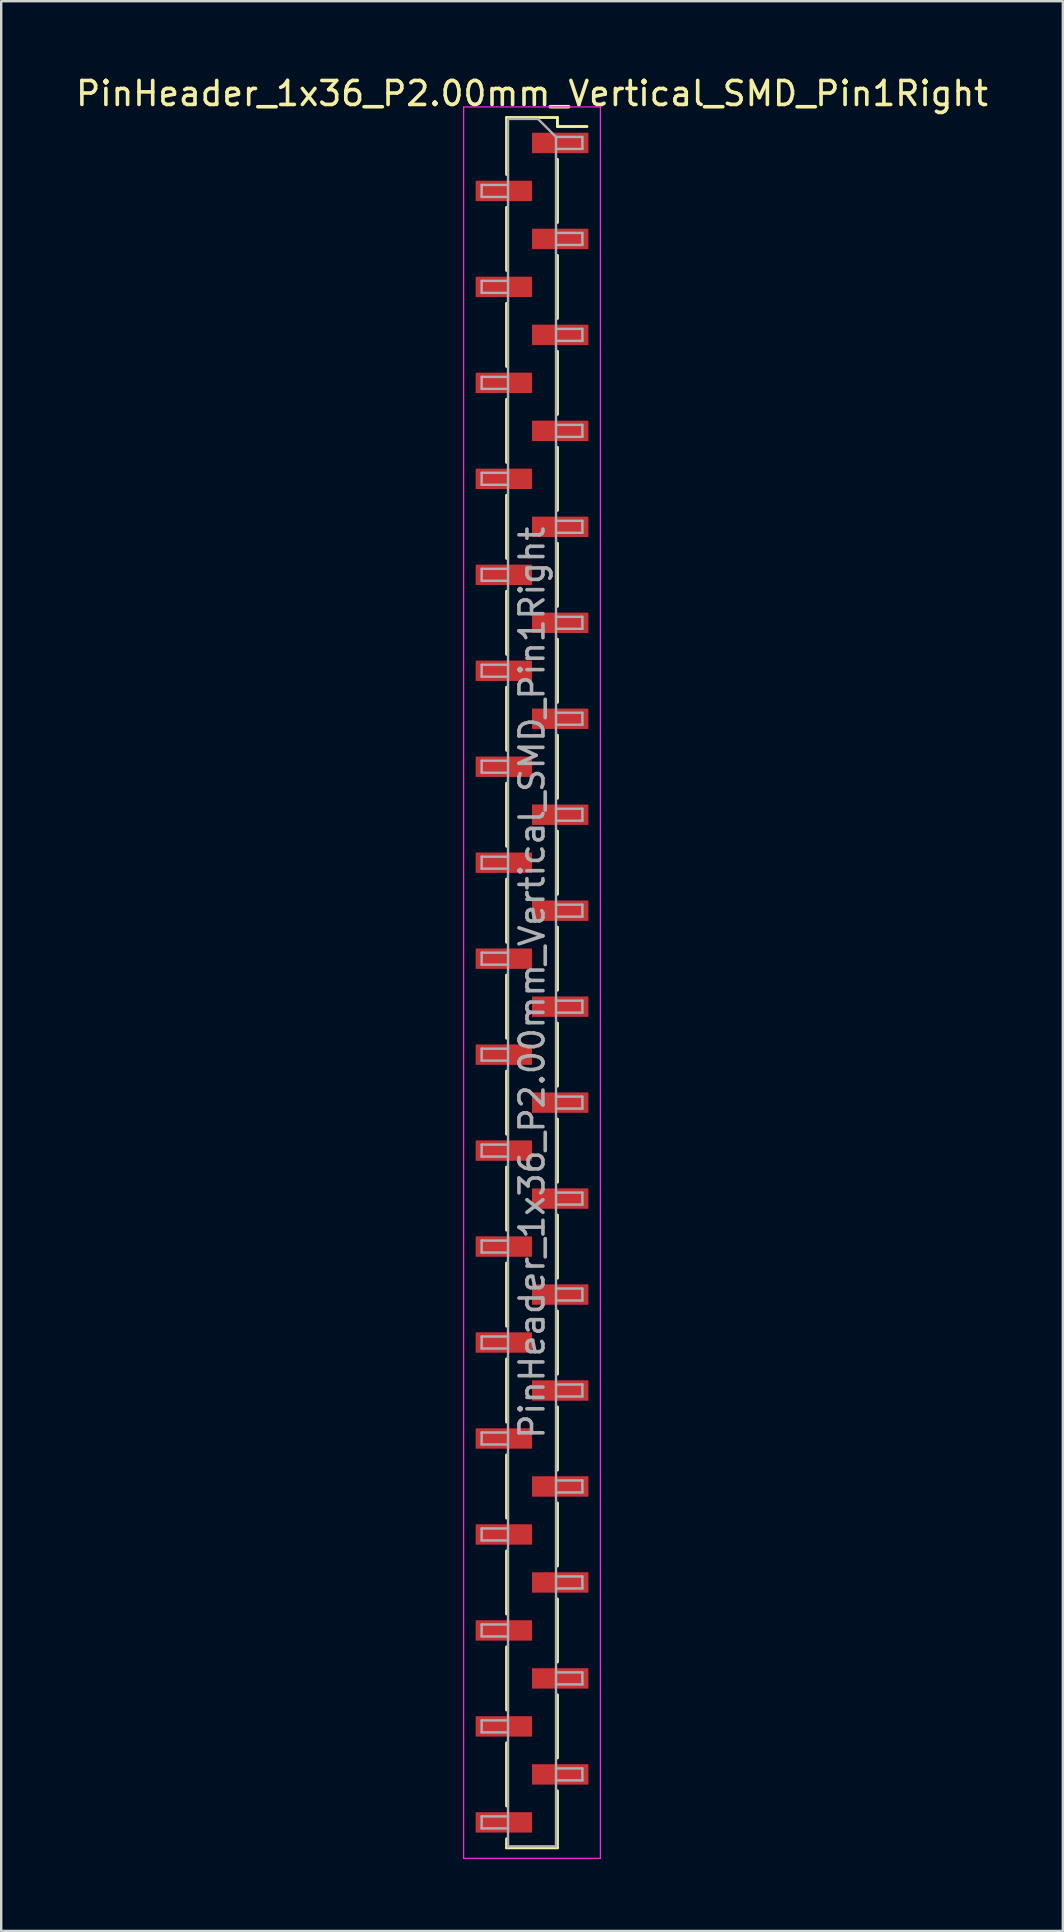
<source format=kicad_pcb>
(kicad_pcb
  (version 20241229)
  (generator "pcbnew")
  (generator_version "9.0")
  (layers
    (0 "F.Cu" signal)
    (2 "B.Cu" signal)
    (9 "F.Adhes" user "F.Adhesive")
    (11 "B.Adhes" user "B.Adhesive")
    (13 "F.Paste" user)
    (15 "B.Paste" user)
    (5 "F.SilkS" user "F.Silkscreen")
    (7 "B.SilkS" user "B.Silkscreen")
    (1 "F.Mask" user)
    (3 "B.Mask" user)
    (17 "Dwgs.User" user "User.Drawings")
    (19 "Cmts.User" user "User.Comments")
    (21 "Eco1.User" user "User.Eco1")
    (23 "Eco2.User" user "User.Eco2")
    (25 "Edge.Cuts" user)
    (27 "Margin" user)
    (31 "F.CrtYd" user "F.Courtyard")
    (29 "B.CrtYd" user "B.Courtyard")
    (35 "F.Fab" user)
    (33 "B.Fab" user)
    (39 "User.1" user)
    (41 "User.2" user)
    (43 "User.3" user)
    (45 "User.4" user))
  (footprint "PinHeader_1x36_P2.00mm_Vertical_SMD_Pin1Right"
    (layer "F.Cu")
    (at 19.125 37.908)
    (property "Reference" "PinHeader_1x36_P2.00mm_Vertical_SMD_Pin1Right" (at 0 -37.06 0) (layer "F.SilkS") (effects (font (size 1 1) (thickness 0.15))))
    (attr smd)
    (fp_line (start -1.06 -36.06) (end -1.06 -33.685) (stroke (width 0.12) (type solid)) (layer "F.SilkS"))
    (fp_line (start -1.06 -36.06) (end 1.06 -36.06) (stroke (width 0.12) (type solid)) (layer "F.SilkS"))
    (fp_line (start -1.06 -32.315) (end -1.06 -29.685) (stroke (width 0.12) (type solid)) (layer "F.SilkS"))
    (fp_line (start -1.06 -28.315) (end -1.06 -25.685) (stroke (width 0.12) (type solid)) (layer "F.SilkS"))
    (fp_line (start -1.06 -24.315) (end -1.06 -21.685) (stroke (width 0.12) (type solid)) (layer "F.SilkS"))
    (fp_line (start -1.06 -20.315) (end -1.06 -17.685) (stroke (width 0.12) (type solid)) (layer "F.SilkS"))
    (fp_line (start -1.06 -16.315) (end -1.06 -13.685) (stroke (width 0.12) (type solid)) (layer "F.SilkS"))
    (fp_line (start -1.06 -12.315) (end -1.06 -9.685) (stroke (width 0.12) (type solid)) (layer "F.SilkS"))
    (fp_line (start -1.06 -8.315) (end -1.06 -5.685) (stroke (width 0.12) (type solid)) (layer "F.SilkS"))
    (fp_line (start -1.06 -4.315) (end -1.06 -1.685) (stroke (width 0.12) (type solid)) (layer "F.SilkS"))
    (fp_line (start -1.06 -0.315) (end -1.06 2.315) (stroke (width 0.12) (type solid)) (layer "F.SilkS"))
    (fp_line (start -1.06 3.685) (end -1.06 6.315) (stroke (width 0.12) (type solid)) (layer "F.SilkS"))
    (fp_line (start -1.06 7.685) (end -1.06 10.315) (stroke (width 0.12) (type solid)) (layer "F.SilkS"))
    (fp_line (start -1.06 11.685) (end -1.06 14.315) (stroke (width 0.12) (type solid)) (layer "F.SilkS"))
    (fp_line (start -1.06 15.685) (end -1.06 18.315) (stroke (width 0.12) (type solid)) (layer "F.SilkS"))
    (fp_line (start -1.06 19.685) (end -1.06 22.315) (stroke (width 0.12) (type solid)) (layer "F.SilkS"))
    (fp_line (start -1.06 23.685) (end -1.06 26.315) (stroke (width 0.12) (type solid)) (layer "F.SilkS"))
    (fp_line (start -1.06 27.685) (end -1.06 30.315) (stroke (width 0.12) (type solid)) (layer "F.SilkS"))
    (fp_line (start -1.06 31.685) (end -1.06 34.315) (stroke (width 0.12) (type solid)) (layer "F.SilkS"))
    (fp_line (start -1.06 35.685) (end -1.06 36.06) (stroke (width 0.12) (type solid)) (layer "F.SilkS"))
    (fp_line (start -1.06 36.06) (end 1.06 36.06) (stroke (width 0.12) (type solid)) (layer "F.SilkS"))
    (fp_line (start 1.06 -36.06) (end 1.06 -35.685) (stroke (width 0.12) (type solid)) (layer "F.SilkS"))
    (fp_line (start 1.06 -35.685) (end 2.29 -35.685) (stroke (width 0.12) (type solid)) (layer "F.SilkS"))
    (fp_line (start 1.06 -34.315) (end 1.06 -31.685) (stroke (width 0.12) (type solid)) (layer "F.SilkS"))
    (fp_line (start 1.06 -30.315) (end 1.06 -27.685) (stroke (width 0.12) (type solid)) (layer "F.SilkS"))
    (fp_line (start 1.06 -26.315) (end 1.06 -23.685) (stroke (width 0.12) (type solid)) (layer "F.SilkS"))
    (fp_line (start 1.06 -22.315) (end 1.06 -19.685) (stroke (width 0.12) (type solid)) (layer "F.SilkS"))
    (fp_line (start 1.06 -18.315) (end 1.06 -15.685) (stroke (width 0.12) (type solid)) (layer "F.SilkS"))
    (fp_line (start 1.06 -14.315) (end 1.06 -11.685) (stroke (width 0.12) (type solid)) (layer "F.SilkS"))
    (fp_line (start 1.06 -10.315) (end 1.06 -7.685) (stroke (width 0.12) (type solid)) (layer "F.SilkS"))
    (fp_line (start 1.06 -6.315) (end 1.06 -3.685) (stroke (width 0.12) (type solid)) (layer "F.SilkS"))
    (fp_line (start 1.06 -2.315) (end 1.06 0.315) (stroke (width 0.12) (type solid)) (layer "F.SilkS"))
    (fp_line (start 1.06 1.685) (end 1.06 4.315) (stroke (width 0.12) (type solid)) (layer "F.SilkS"))
    (fp_line (start 1.06 5.685) (end 1.06 8.315) (stroke (width 0.12) (type solid)) (layer "F.SilkS"))
    (fp_line (start 1.06 9.685) (end 1.06 12.315) (stroke (width 0.12) (type solid)) (layer "F.SilkS"))
    (fp_line (start 1.06 13.685) (end 1.06 16.315) (stroke (width 0.12) (type solid)) (layer "F.SilkS"))
    (fp_line (start 1.06 17.685) (end 1.06 20.315) (stroke (width 0.12) (type solid)) (layer "F.SilkS"))
    (fp_line (start 1.06 21.685) (end 1.06 24.315) (stroke (width 0.12) (type solid)) (layer "F.SilkS"))
    (fp_line (start 1.06 25.685) (end 1.06 28.315) (stroke (width 0.12) (type solid)) (layer "F.SilkS"))
    (fp_line (start 1.06 29.685) (end 1.06 32.315) (stroke (width 0.12) (type solid)) (layer "F.SilkS"))
    (fp_line (start 1.06 33.685) (end 1.06 36.06) (stroke (width 0.12) (type solid)) (layer "F.SilkS"))
    (fp_line (start -2.85 -36.5) (end -2.85 36.5) (stroke (width 0.05) (type solid)) (layer "F.CrtYd"))
    (fp_line (start -2.85 36.5) (end 2.85 36.5) (stroke (width 0.05) (type solid)) (layer "F.CrtYd"))
    (fp_line (start 2.85 -36.5) (end -2.85 -36.5) (stroke (width 0.05) (type solid)) (layer "F.CrtYd"))
    (fp_line (start 2.85 36.5) (end 2.85 -36.5) (stroke (width 0.05) (type solid)) (layer "F.CrtYd"))
    (fp_line (start -2.1 -33.25) (end -2.1 -32.75) (stroke (width 0.1) (type solid)) (layer "F.Fab"))
    (fp_line (start -2.1 -32.75) (end -1 -32.75) (stroke (width 0.1) (type solid)) (layer "F.Fab"))
    (fp_line (start -2.1 -29.25) (end -2.1 -28.75) (stroke (width 0.1) (type solid)) (layer "F.Fab"))
    (fp_line (start -2.1 -28.75) (end -1 -28.75) (stroke (width 0.1) (type solid)) (layer "F.Fab"))
    (fp_line (start -2.1 -25.25) (end -2.1 -24.75) (stroke (width 0.1) (type solid)) (layer "F.Fab"))
    (fp_line (start -2.1 -24.75) (end -1 -24.75) (stroke (width 0.1) (type solid)) (layer "F.Fab"))
    (fp_line (start -2.1 -21.25) (end -2.1 -20.75) (stroke (width 0.1) (type solid)) (layer "F.Fab"))
    (fp_line (start -2.1 -20.75) (end -1 -20.75) (stroke (width 0.1) (type solid)) (layer "F.Fab"))
    (fp_line (start -2.1 -17.25) (end -2.1 -16.75) (stroke (width 0.1) (type solid)) (layer "F.Fab"))
    (fp_line (start -2.1 -16.75) (end -1 -16.75) (stroke (width 0.1) (type solid)) (layer "F.Fab"))
    (fp_line (start -2.1 -13.25) (end -2.1 -12.75) (stroke (width 0.1) (type solid)) (layer "F.Fab"))
    (fp_line (start -2.1 -12.75) (end -1 -12.75) (stroke (width 0.1) (type solid)) (layer "F.Fab"))
    (fp_line (start -2.1 -9.25) (end -2.1 -8.75) (stroke (width 0.1) (type solid)) (layer "F.Fab"))
    (fp_line (start -2.1 -8.75) (end -1 -8.75) (stroke (width 0.1) (type solid)) (layer "F.Fab"))
    (fp_line (start -2.1 -5.25) (end -2.1 -4.75) (stroke (width 0.1) (type solid)) (layer "F.Fab"))
    (fp_line (start -2.1 -4.75) (end -1 -4.75) (stroke (width 0.1) (type solid)) (layer "F.Fab"))
    (fp_line (start -2.1 -1.25) (end -2.1 -0.75) (stroke (width 0.1) (type solid)) (layer "F.Fab"))
    (fp_line (start -2.1 -0.75) (end -1 -0.75) (stroke (width 0.1) (type solid)) (layer "F.Fab"))
    (fp_line (start -2.1 2.75) (end -2.1 3.25) (stroke (width 0.1) (type solid)) (layer "F.Fab"))
    (fp_line (start -2.1 3.25) (end -1 3.25) (stroke (width 0.1) (type solid)) (layer "F.Fab"))
    (fp_line (start -2.1 6.75) (end -2.1 7.25) (stroke (width 0.1) (type solid)) (layer "F.Fab"))
    (fp_line (start -2.1 7.25) (end -1 7.25) (stroke (width 0.1) (type solid)) (layer "F.Fab"))
    (fp_line (start -2.1 10.75) (end -2.1 11.25) (stroke (width 0.1) (type solid)) (layer "F.Fab"))
    (fp_line (start -2.1 11.25) (end -1 11.25) (stroke (width 0.1) (type solid)) (layer "F.Fab"))
    (fp_line (start -2.1 14.75) (end -2.1 15.25) (stroke (width 0.1) (type solid)) (layer "F.Fab"))
    (fp_line (start -2.1 15.25) (end -1 15.25) (stroke (width 0.1) (type solid)) (layer "F.Fab"))
    (fp_line (start -2.1 18.75) (end -2.1 19.25) (stroke (width 0.1) (type solid)) (layer "F.Fab"))
    (fp_line (start -2.1 19.25) (end -1 19.25) (stroke (width 0.1) (type solid)) (layer "F.Fab"))
    (fp_line (start -2.1 22.75) (end -2.1 23.25) (stroke (width 0.1) (type solid)) (layer "F.Fab"))
    (fp_line (start -2.1 23.25) (end -1 23.25) (stroke (width 0.1) (type solid)) (layer "F.Fab"))
    (fp_line (start -2.1 26.75) (end -2.1 27.25) (stroke (width 0.1) (type solid)) (layer "F.Fab"))
    (fp_line (start -2.1 27.25) (end -1 27.25) (stroke (width 0.1) (type solid)) (layer "F.Fab"))
    (fp_line (start -2.1 30.75) (end -2.1 31.25) (stroke (width 0.1) (type solid)) (layer "F.Fab"))
    (fp_line (start -2.1 31.25) (end -1 31.25) (stroke (width 0.1) (type solid)) (layer "F.Fab"))
    (fp_line (start -2.1 34.75) (end -2.1 35.25) (stroke (width 0.1) (type solid)) (layer "F.Fab"))
    (fp_line (start -2.1 35.25) (end -1 35.25) (stroke (width 0.1) (type solid)) (layer "F.Fab"))
    (fp_line (start -1 -36) (end -1 36) (stroke (width 0.1) (type solid)) (layer "F.Fab"))
    (fp_line (start -1 -36) (end 0.25 -36) (stroke (width 0.1) (type solid)) (layer "F.Fab"))
    (fp_line (start -1 -33.25) (end -2.1 -33.25) (stroke (width 0.1) (type solid)) (layer "F.Fab"))
    (fp_line (start -1 -29.25) (end -2.1 -29.25) (stroke (width 0.1) (type solid)) (layer "F.Fab"))
    (fp_line (start -1 -25.25) (end -2.1 -25.25) (stroke (width 0.1) (type solid)) (layer "F.Fab"))
    (fp_line (start -1 -21.25) (end -2.1 -21.25) (stroke (width 0.1) (type solid)) (layer "F.Fab"))
    (fp_line (start -1 -17.25) (end -2.1 -17.25) (stroke (width 0.1) (type solid)) (layer "F.Fab"))
    (fp_line (start -1 -13.25) (end -2.1 -13.25) (stroke (width 0.1) (type solid)) (layer "F.Fab"))
    (fp_line (start -1 -9.25) (end -2.1 -9.25) (stroke (width 0.1) (type solid)) (layer "F.Fab"))
    (fp_line (start -1 -5.25) (end -2.1 -5.25) (stroke (width 0.1) (type solid)) (layer "F.Fab"))
    (fp_line (start -1 -1.25) (end -2.1 -1.25) (stroke (width 0.1) (type solid)) (layer "F.Fab"))
    (fp_line (start -1 2.75) (end -2.1 2.75) (stroke (width 0.1) (type solid)) (layer "F.Fab"))
    (fp_line (start -1 6.75) (end -2.1 6.75) (stroke (width 0.1) (type solid)) (layer "F.Fab"))
    (fp_line (start -1 10.75) (end -2.1 10.75) (stroke (width 0.1) (type solid)) (layer "F.Fab"))
    (fp_line (start -1 14.75) (end -2.1 14.75) (stroke (width 0.1) (type solid)) (layer "F.Fab"))
    (fp_line (start -1 18.75) (end -2.1 18.75) (stroke (width 0.1) (type solid)) (layer "F.Fab"))
    (fp_line (start -1 22.75) (end -2.1 22.75) (stroke (width 0.1) (type solid)) (layer "F.Fab"))
    (fp_line (start -1 26.75) (end -2.1 26.75) (stroke (width 0.1) (type solid)) (layer "F.Fab"))
    (fp_line (start -1 30.75) (end -2.1 30.75) (stroke (width 0.1) (type solid)) (layer "F.Fab"))
    (fp_line (start -1 34.75) (end -2.1 34.75) (stroke (width 0.1) (type solid)) (layer "F.Fab"))
    (fp_line (start 1 -35.25) (end 0.25 -36) (stroke (width 0.1) (type solid)) (layer "F.Fab"))
    (fp_line (start 1 -35.25) (end 2.1 -35.25) (stroke (width 0.1) (type solid)) (layer "F.Fab"))
    (fp_line (start 1 -31.25) (end 2.1 -31.25) (stroke (width 0.1) (type solid)) (layer "F.Fab"))
    (fp_line (start 1 -27.25) (end 2.1 -27.25) (stroke (width 0.1) (type solid)) (layer "F.Fab"))
    (fp_line (start 1 -23.25) (end 2.1 -23.25) (stroke (width 0.1) (type solid)) (layer "F.Fab"))
    (fp_line (start 1 -19.25) (end 2.1 -19.25) (stroke (width 0.1) (type solid)) (layer "F.Fab"))
    (fp_line (start 1 -15.25) (end 2.1 -15.25) (stroke (width 0.1) (type solid)) (layer "F.Fab"))
    (fp_line (start 1 -11.25) (end 2.1 -11.25) (stroke (width 0.1) (type solid)) (layer "F.Fab"))
    (fp_line (start 1 -7.25) (end 2.1 -7.25) (stroke (width 0.1) (type solid)) (layer "F.Fab"))
    (fp_line (start 1 -3.25) (end 2.1 -3.25) (stroke (width 0.1) (type solid)) (layer "F.Fab"))
    (fp_line (start 1 0.75) (end 2.1 0.75) (stroke (width 0.1) (type solid)) (layer "F.Fab"))
    (fp_line (start 1 4.75) (end 2.1 4.75) (stroke (width 0.1) (type solid)) (layer "F.Fab"))
    (fp_line (start 1 8.75) (end 2.1 8.75) (stroke (width 0.1) (type solid)) (layer "F.Fab"))
    (fp_line (start 1 12.75) (end 2.1 12.75) (stroke (width 0.1) (type solid)) (layer "F.Fab"))
    (fp_line (start 1 16.75) (end 2.1 16.75) (stroke (width 0.1) (type solid)) (layer "F.Fab"))
    (fp_line (start 1 20.75) (end 2.1 20.75) (stroke (width 0.1) (type solid)) (layer "F.Fab"))
    (fp_line (start 1 24.75) (end 2.1 24.75) (stroke (width 0.1) (type solid)) (layer "F.Fab"))
    (fp_line (start 1 28.75) (end 2.1 28.75) (stroke (width 0.1) (type solid)) (layer "F.Fab"))
    (fp_line (start 1 32.75) (end 2.1 32.75) (stroke (width 0.1) (type solid)) (layer "F.Fab"))
    (fp_line (start 1 36) (end -1 36) (stroke (width 0.1) (type solid)) (layer "F.Fab"))
    (fp_line (start 1 36) (end 1 -35.25) (stroke (width 0.1) (type solid)) (layer "F.Fab"))
    (fp_line (start 2.1 -35.25) (end 2.1 -34.75) (stroke (width 0.1) (type solid)) (layer "F.Fab"))
    (fp_line (start 2.1 -34.75) (end 1 -34.75) (stroke (width 0.1) (type solid)) (layer "F.Fab"))
    (fp_line (start 2.1 -31.25) (end 2.1 -30.75) (stroke (width 0.1) (type solid)) (layer "F.Fab"))
    (fp_line (start 2.1 -30.75) (end 1 -30.75) (stroke (width 0.1) (type solid)) (layer "F.Fab"))
    (fp_line (start 2.1 -27.25) (end 2.1 -26.75) (stroke (width 0.1) (type solid)) (layer "F.Fab"))
    (fp_line (start 2.1 -26.75) (end 1 -26.75) (stroke (width 0.1) (type solid)) (layer "F.Fab"))
    (fp_line (start 2.1 -23.25) (end 2.1 -22.75) (stroke (width 0.1) (type solid)) (layer "F.Fab"))
    (fp_line (start 2.1 -22.75) (end 1 -22.75) (stroke (width 0.1) (type solid)) (layer "F.Fab"))
    (fp_line (start 2.1 -19.25) (end 2.1 -18.75) (stroke (width 0.1) (type solid)) (layer "F.Fab"))
    (fp_line (start 2.1 -18.75) (end 1 -18.75) (stroke (width 0.1) (type solid)) (layer "F.Fab"))
    (fp_line (start 2.1 -15.25) (end 2.1 -14.75) (stroke (width 0.1) (type solid)) (layer "F.Fab"))
    (fp_line (start 2.1 -14.75) (end 1 -14.75) (stroke (width 0.1) (type solid)) (layer "F.Fab"))
    (fp_line (start 2.1 -11.25) (end 2.1 -10.75) (stroke (width 0.1) (type solid)) (layer "F.Fab"))
    (fp_line (start 2.1 -10.75) (end 1 -10.75) (stroke (width 0.1) (type solid)) (layer "F.Fab"))
    (fp_line (start 2.1 -7.25) (end 2.1 -6.75) (stroke (width 0.1) (type solid)) (layer "F.Fab"))
    (fp_line (start 2.1 -6.75) (end 1 -6.75) (stroke (width 0.1) (type solid)) (layer "F.Fab"))
    (fp_line (start 2.1 -3.25) (end 2.1 -2.75) (stroke (width 0.1) (type solid)) (layer "F.Fab"))
    (fp_line (start 2.1 -2.75) (end 1 -2.75) (stroke (width 0.1) (type solid)) (layer "F.Fab"))
    (fp_line (start 2.1 0.75) (end 2.1 1.25) (stroke (width 0.1) (type solid)) (layer "F.Fab"))
    (fp_line (start 2.1 1.25) (end 1 1.25) (stroke (width 0.1) (type solid)) (layer "F.Fab"))
    (fp_line (start 2.1 4.75) (end 2.1 5.25) (stroke (width 0.1) (type solid)) (layer "F.Fab"))
    (fp_line (start 2.1 5.25) (end 1 5.25) (stroke (width 0.1) (type solid)) (layer "F.Fab"))
    (fp_line (start 2.1 8.75) (end 2.1 9.25) (stroke (width 0.1) (type solid)) (layer "F.Fab"))
    (fp_line (start 2.1 9.25) (end 1 9.25) (stroke (width 0.1) (type solid)) (layer "F.Fab"))
    (fp_line (start 2.1 12.75) (end 2.1 13.25) (stroke (width 0.1) (type solid)) (layer "F.Fab"))
    (fp_line (start 2.1 13.25) (end 1 13.25) (stroke (width 0.1) (type solid)) (layer "F.Fab"))
    (fp_line (start 2.1 16.75) (end 2.1 17.25) (stroke (width 0.1) (type solid)) (layer "F.Fab"))
    (fp_line (start 2.1 17.25) (end 1 17.25) (stroke (width 0.1) (type solid)) (layer "F.Fab"))
    (fp_line (start 2.1 20.75) (end 2.1 21.25) (stroke (width 0.1) (type solid)) (layer "F.Fab"))
    (fp_line (start 2.1 21.25) (end 1 21.25) (stroke (width 0.1) (type solid)) (layer "F.Fab"))
    (fp_line (start 2.1 24.75) (end 2.1 25.25) (stroke (width 0.1) (type solid)) (layer "F.Fab"))
    (fp_line (start 2.1 25.25) (end 1 25.25) (stroke (width 0.1) (type solid)) (layer "F.Fab"))
    (fp_line (start 2.1 28.75) (end 2.1 29.25) (stroke (width 0.1) (type solid)) (layer "F.Fab"))
    (fp_line (start 2.1 29.25) (end 1 29.25) (stroke (width 0.1) (type solid)) (layer "F.Fab"))
    (fp_line (start 2.1 32.75) (end 2.1 33.25) (stroke (width 0.1) (type solid)) (layer "F.Fab"))
    (fp_line (start 2.1 33.25) (end 1 33.25) (stroke (width 0.1) (type solid)) (layer "F.Fab"))
    (fp_text user "${REFERENCE}" (at 0 0 90) (layer "F.Fab") (effects (font (size 1 1) (thickness 0.15))))
    (pad "1" smd rect (at 1.175 -35) (size 2.35 0.85) (layers "F.Cu" "F.Mask" "F.Paste"))
    (pad "2" smd rect (at -1.175 -33) (size 2.35 0.85) (layers "F.Cu" "F.Mask" "F.Paste"))
    (pad "3" smd rect (at 1.175 -31) (size 2.35 0.85) (layers "F.Cu" "F.Mask" "F.Paste"))
    (pad "4" smd rect (at -1.175 -29) (size 2.35 0.85) (layers "F.Cu" "F.Mask" "F.Paste"))
    (pad "5" smd rect (at 1.175 -27) (size 2.35 0.85) (layers "F.Cu" "F.Mask" "F.Paste"))
    (pad "6" smd rect (at -1.175 -25) (size 2.35 0.85) (layers "F.Cu" "F.Mask" "F.Paste"))
    (pad "7" smd rect (at 1.175 -23) (size 2.35 0.85) (layers "F.Cu" "F.Mask" "F.Paste"))
    (pad "8" smd rect (at -1.175 -21) (size 2.35 0.85) (layers "F.Cu" "F.Mask" "F.Paste"))
    (pad "9" smd rect (at 1.175 -19) (size 2.35 0.85) (layers "F.Cu" "F.Mask" "F.Paste"))
    (pad "10" smd rect (at -1.175 -17) (size 2.35 0.85) (layers "F.Cu" "F.Mask" "F.Paste"))
    (pad "11" smd rect (at 1.175 -15) (size 2.35 0.85) (layers "F.Cu" "F.Mask" "F.Paste"))
    (pad "12" smd rect (at -1.175 -13) (size 2.35 0.85) (layers "F.Cu" "F.Mask" "F.Paste"))
    (pad "13" smd rect (at 1.175 -11) (size 2.35 0.85) (layers "F.Cu" "F.Mask" "F.Paste"))
    (pad "14" smd rect (at -1.175 -9) (size 2.35 0.85) (layers "F.Cu" "F.Mask" "F.Paste"))
    (pad "15" smd rect (at 1.175 -7) (size 2.35 0.85) (layers "F.Cu" "F.Mask" "F.Paste"))
    (pad "16" smd rect (at -1.175 -5) (size 2.35 0.85) (layers "F.Cu" "F.Mask" "F.Paste"))
    (pad "17" smd rect (at 1.175 -3) (size 2.35 0.85) (layers "F.Cu" "F.Mask" "F.Paste"))
    (pad "18" smd rect (at -1.175 -1) (size 2.35 0.85) (layers "F.Cu" "F.Mask" "F.Paste"))
    (pad "19" smd rect (at 1.175 1) (size 2.35 0.85) (layers "F.Cu" "F.Mask" "F.Paste"))
    (pad "20" smd rect (at -1.175 3) (size 2.35 0.85) (layers "F.Cu" "F.Mask" "F.Paste"))
    (pad "21" smd rect (at 1.175 5) (size 2.35 0.85) (layers "F.Cu" "F.Mask" "F.Paste"))
    (pad "22" smd rect (at -1.175 7) (size 2.35 0.85) (layers "F.Cu" "F.Mask" "F.Paste"))
    (pad "23" smd rect (at 1.175 9) (size 2.35 0.85) (layers "F.Cu" "F.Mask" "F.Paste"))
    (pad "24" smd rect (at -1.175 11) (size 2.35 0.85) (layers "F.Cu" "F.Mask" "F.Paste"))
    (pad "25" smd rect (at 1.175 13) (size 2.35 0.85) (layers "F.Cu" "F.Mask" "F.Paste"))
    (pad "26" smd rect (at -1.175 15) (size 2.35 0.85) (layers "F.Cu" "F.Mask" "F.Paste"))
    (pad "27" smd rect (at 1.175 17) (size 2.35 0.85) (layers "F.Cu" "F.Mask" "F.Paste"))
    (pad "28" smd rect (at -1.175 19) (size 2.35 0.85) (layers "F.Cu" "F.Mask" "F.Paste"))
    (pad "29" smd rect (at 1.175 21) (size 2.35 0.85) (layers "F.Cu" "F.Mask" "F.Paste"))
    (pad "30" smd rect (at -1.175 23) (size 2.35 0.85) (layers "F.Cu" "F.Mask" "F.Paste"))
    (pad "31" smd rect (at 1.175 25) (size 2.35 0.85) (layers "F.Cu" "F.Mask" "F.Paste"))
    (pad "32" smd rect (at -1.175 27) (size 2.35 0.85) (layers "F.Cu" "F.Mask" "F.Paste"))
    (pad "33" smd rect (at 1.175 29) (size 2.35 0.85) (layers "F.Cu" "F.Mask" "F.Paste"))
    (pad "34" smd rect (at -1.175 31) (size 2.35 0.85) (layers "F.Cu" "F.Mask" "F.Paste"))
    (pad "35" smd rect (at 1.175 33) (size 2.35 0.85) (layers "F.Cu" "F.Mask" "F.Paste"))
    (pad "36" smd rect (at -1.175 35) (size 2.35 0.85) (layers "F.Cu" "F.Mask" "F.Paste")))
  (gr_rect
    (start -3 -3)
    (end 41.25 77.433)
    (stroke (width 0.1) (type default))
    (fill no)
    (layer "Edge.Cuts")))
</source>
